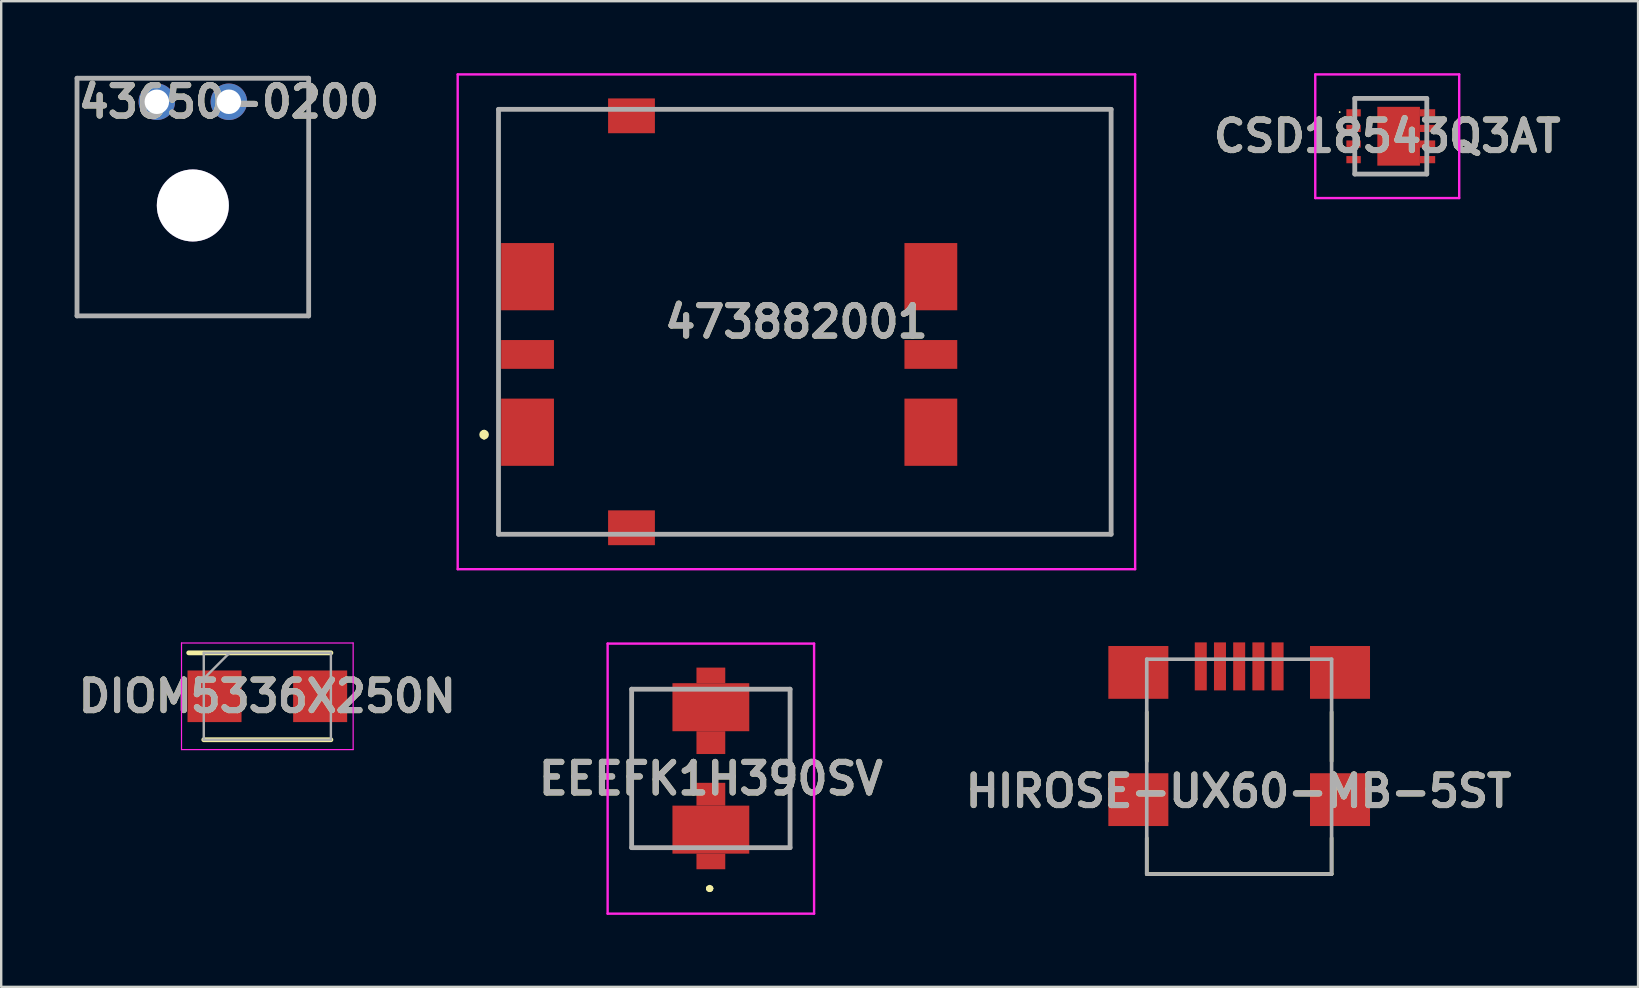
<source format=kicad_pcb>
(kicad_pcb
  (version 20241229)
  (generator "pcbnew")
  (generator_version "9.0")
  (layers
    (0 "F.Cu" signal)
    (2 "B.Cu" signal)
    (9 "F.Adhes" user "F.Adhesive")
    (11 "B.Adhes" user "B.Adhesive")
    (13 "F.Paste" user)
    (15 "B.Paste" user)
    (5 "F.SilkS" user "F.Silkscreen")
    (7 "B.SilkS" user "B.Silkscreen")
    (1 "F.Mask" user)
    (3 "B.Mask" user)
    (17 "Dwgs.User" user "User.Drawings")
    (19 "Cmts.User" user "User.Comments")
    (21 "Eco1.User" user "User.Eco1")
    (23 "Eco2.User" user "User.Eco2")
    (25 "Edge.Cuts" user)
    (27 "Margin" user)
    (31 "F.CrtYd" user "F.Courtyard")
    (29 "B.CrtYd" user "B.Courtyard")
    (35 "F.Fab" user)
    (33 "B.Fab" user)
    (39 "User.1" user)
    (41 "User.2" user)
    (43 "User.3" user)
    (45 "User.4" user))
  (footprint "DIOM5336X250N"
    (layer "F.Cu")
    (at 8.086 25.955)
    (property "Reference" "DIOM5336X250N" (at 0 0 0) (layer "F.SilkS") (effects (font (size 1.27 1.27) (thickness 0.254))))
    (attr smd)
    (fp_line (start -2.648 1.81) (end 2.648 1.81) (stroke (width 0.2) (type solid)) (layer "F.SilkS"))
    (fp_line (start 2.648 -1.81) (end -3.275 -1.81) (stroke (width 0.2) (type solid)) (layer "F.SilkS"))
    (fp_line (start -3.575 -2.22) (end 3.575 -2.22) (stroke (width 0.05) (type solid)) (layer "F.CrtYd"))
    (fp_line (start -3.575 2.22) (end -3.575 -2.22) (stroke (width 0.05) (type solid)) (layer "F.CrtYd"))
    (fp_line (start 3.575 -2.22) (end 3.575 2.22) (stroke (width 0.05) (type solid)) (layer "F.CrtYd"))
    (fp_line (start 3.575 2.22) (end -3.575 2.22) (stroke (width 0.05) (type solid)) (layer "F.CrtYd"))
    (fp_line (start -2.648 -1.81) (end 2.648 -1.81) (stroke (width 0.1) (type solid)) (layer "F.Fab"))
    (fp_line (start -2.648 -0.735) (end -1.572 -1.81) (stroke (width 0.1) (type solid)) (layer "F.Fab"))
    (fp_line (start -2.648 1.81) (end -2.648 -1.81) (stroke (width 0.1) (type solid)) (layer "F.Fab"))
    (fp_line (start 2.648 -1.81) (end 2.648 1.81) (stroke (width 0.1) (type solid)) (layer "F.Fab"))
    (fp_line (start 2.648 1.81) (end -2.648 1.81) (stroke (width 0.1) (type solid)) (layer "F.Fab"))
    (fp_text user "${REFERENCE}" (at 0 0 0) (layer "F.Fab") (effects (font (size 1.27 1.27) (thickness 0.254))))
    (pad "1" smd rect (at -2.2 0 90) (size 2.15 2.25) (layers "F.Cu" "F.Mask" "F.Paste"))
    (pad "2" smd rect (at 2.2 0 90) (size 2.15 2.25) (layers "F.Cu" "F.Mask" "F.Paste")))
  (footprint "HIROSE-UX60-MB-5ST"
    (layer "F.Cu")
    (at 48.57 24.71)
    (property "Reference" "HIROSE-UX60-MB-5ST" (at -0.025 5.2 0) (layer "F.SilkS") (effects (font (size 1.27 1.27) (thickness 0.254))))
    (attr through_hole)
    (fp_line (start -3.85 1.9) (end -3.85 3.95) (stroke (width 0.152) (type solid)) (layer "F.SilkS"))
    (fp_line (start -3.85 7.15) (end -3.85 8.65) (stroke (width 0.152) (type solid)) (layer "F.SilkS"))
    (fp_line (start -3.85 8.65) (end 3.85 8.65) (stroke (width 0.152) (type solid)) (layer "F.SilkS"))
    (fp_line (start 3.85 1.9) (end 3.85 3.95) (stroke (width 0.152) (type solid)) (layer "F.SilkS"))
    (fp_line (start 3.85 8.65) (end 3.85 7.15) (stroke (width 0.152) (type solid)) (layer "F.SilkS"))
    (fp_line (start -3.85 -0.3) (end 3.85 -0.3) (stroke (width 0.152) (type solid)) (layer "F.Fab"))
    (fp_line (start -3.85 8.65) (end -3.85 -0.3) (stroke (width 0.152) (type solid)) (layer "F.Fab"))
    (fp_line (start 3.85 -0.3) (end 3.85 8.65) (stroke (width 0.152) (type solid)) (layer "F.Fab"))
    (fp_line (start 3.85 8.65) (end -3.85 8.65) (stroke (width 0.152) (type solid)) (layer "F.Fab"))
    (fp_text user "${REFERENCE}" (at -0.025 5.2 0) (layer "F.Fab") (effects (font (size 1.27 1.27) (thickness 0.254))))
    (pad "" np_thru_hole circle (at -1.75 2.25) (size 0.001 0.001) (drill 0.9) (layers "*.Cu" "*.Mask"))
    (pad "" np_thru_hole circle (at 1.75 2.25) (size 0.001 0.001) (drill 0.9) (layers "*.Cu" "*.Mask"))
    (pad "1" smd rect (at -1.6 0) (size 0.5 2) (layers "F.Cu" "F.Mask" "F.Paste"))
    (pad "2" smd rect (at -0.8 0) (size 0.5 2) (layers "F.Cu" "F.Mask" "F.Paste"))
    (pad "3" smd rect (at 0 0) (size 0.5 2) (layers "F.Cu" "F.Mask" "F.Paste"))
    (pad "4" smd rect (at 0.8 0) (size 0.5 2) (layers "F.Cu" "F.Mask" "F.Paste"))
    (pad "5" smd rect (at 1.6 0) (size 0.5 2) (layers "F.Cu" "F.Mask" "F.Paste"))
    (pad "6" smd rect (at -4.2 0.25 90) (size 2.2 2.5) (layers "F.Cu" "F.Mask" "F.Paste"))
    (pad "7" smd rect (at 4.2 0.25 90) (size 2.2 2.5) (layers "F.Cu" "F.Mask" "F.Paste"))
    (pad "8" smd rect (at -4.2 5.55 90) (size 2.2 2.5) (layers "F.Cu" "F.Mask" "F.Paste"))
    (pad "9" smd rect (at 4.2 5.55 90) (size 2.2 2.5) (layers "F.Cu" "F.Mask" "F.Paste")))
  (footprint "CSD18543Q3AT"
    (layer "F.Cu")
    (at 54.578 2.625)
    (property "Reference" "CSD18543Q3AT" (at 0.159 0 0) (layer "F.SilkS") (effects (font (size 1.27 1.27) (thickness 0.254))))
    (attr smd)
    (fp_line (start -1.839 -1.006) (end -1.839 -1.006) (stroke (width 0.032) (type solid)) (layer "F.SilkS"))
    (fp_line (start -1.807 -1.006) (end -1.807 -1.006) (stroke (width 0.032) (type solid)) (layer "F.SilkS"))
    (fp_line (start -1.193 -1.575) (end 1.807 -1.575) (stroke (width 0.1) (type solid)) (layer "F.SilkS"))
    (fp_line (start 1.807 1.575) (end -1.193 1.575) (stroke (width 0.1) (type solid)) (layer "F.SilkS"))
    (fp_arc (start -1.839 -1.006) (mid -1.823 -1.022) (end -1.807 -1.006) (stroke (width 0.03231) (type solid)) (layer "F.SilkS"))
    (fp_arc (start -1.807 -1.006) (mid -1.823 -0.99) (end -1.839 -1.006) (stroke (width 0.03231) (type solid)) (layer "F.SilkS"))
    (fp_line (start -2.839 -2.575) (end 3.157 -2.575) (stroke (width 0.1) (type solid)) (layer "F.CrtYd"))
    (fp_line (start -2.839 2.575) (end -2.839 -2.575) (stroke (width 0.1) (type solid)) (layer "F.CrtYd"))
    (fp_line (start 3.157 -2.575) (end 3.157 2.575) (stroke (width 0.1) (type solid)) (layer "F.CrtYd"))
    (fp_line (start 3.157 2.575) (end -2.839 2.575) (stroke (width 0.1) (type solid)) (layer "F.CrtYd"))
    (fp_line (start -1.193 -1.575) (end 1.807 -1.575) (stroke (width 0.2) (type solid)) (layer "F.Fab"))
    (fp_line (start -1.193 1.575) (end -1.193 -1.575) (stroke (width 0.2) (type solid)) (layer "F.Fab"))
    (fp_line (start 1.807 -1.575) (end 1.807 1.575) (stroke (width 0.2) (type solid)) (layer "F.Fab"))
    (fp_line (start 1.807 1.575) (end -1.193 1.575) (stroke (width 0.2) (type solid)) (layer "F.Fab"))
    (fp_text user "${REFERENCE}" (at 0.159 0 0) (layer "F.Fab") (effects (font (size 1.27 1.27) (thickness 0.254))))
    (pad "1" smd rect (at -1.243 -0.975 90) (size 0.3 0.6) (layers "F.Cu" "F.Mask" "F.Paste"))
    (pad "2" smd rect (at -1.243 -0.325 90) (size 0.3 0.6) (layers "F.Cu" "F.Mask" "F.Paste"))
    (pad "3" smd rect (at -1.243 0.325 90) (size 0.3 0.6) (layers "F.Cu" "F.Mask" "F.Paste"))
    (pad "4" smd rect (at -1.243 0.975 90) (size 0.3 0.6) (layers "F.Cu" "F.Mask" "F.Paste"))
    (pad "5" smd rect (at 1.839 0.975 90) (size 0.3 0.635) (layers "F.Cu" "F.Mask" "F.Paste"))
    (pad "6" smd rect (at 1.839 0.325 90) (size 0.3 0.635) (layers "F.Cu" "F.Mask" "F.Paste"))
    (pad "7" smd rect (at 1.839 -0.325 90) (size 0.3 0.635) (layers "F.Cu" "F.Mask" "F.Paste"))
    (pad "8" smd rect (at 1.839 -0.975 90) (size 0.3 0.635) (layers "F.Cu" "F.Mask" "F.Paste"))
    (pad "9" smd rect (at 0.634 0) (size 1.775 2.45) (layers "F.Cu" "F.Mask" "F.Paste")))
  (footprint "473882001"
    (layer "F.Cu")
    (at 30.126 10.355)
    (property "Reference" "473882001" (at 0 0 0) (layer "F.SilkS") (effects (font (size 1.27 1.27) (thickness 0.254))))
    (attr smd)
    (fp_line (start -13.01 4.6) (end -13.01 4.6) (stroke (width 0.2) (type solid)) (layer "F.SilkS"))
    (fp_line (start -13.01 4.8) (end -13.01 4.8) (stroke (width 0.2) (type solid)) (layer "F.SilkS"))
    (fp_line (start -12.41 -8.85) (end -12.41 -4) (stroke (width 0.1) (type solid)) (layer "F.SilkS"))
    (fp_line (start -12.41 -4) (end -12.41 7) (stroke (width 0.1) (type solid)) (layer "F.SilkS"))
    (fp_line (start -12.41 7) (end -12.41 8.85) (stroke (width 0.1) (type solid)) (layer "F.SilkS"))
    (fp_line (start -12.41 8.85) (end -8.41 8.85) (stroke (width 0.1) (type solid)) (layer "F.SilkS"))
    (fp_line (start -8.41 -8.85) (end -12.41 -8.85) (stroke (width 0.1) (type solid)) (layer "F.SilkS"))
    (fp_line (start -5.41 8.85) (end 13.11 8.85) (stroke (width 0.1) (type solid)) (layer "F.SilkS"))
    (fp_line (start 13.11 -8.85) (end -5.41 -8.85) (stroke (width 0.1) (type solid)) (layer "F.SilkS"))
    (fp_line (start 13.11 8.85) (end 13.11 -8.85) (stroke (width 0.1) (type solid)) (layer "F.SilkS"))
    (fp_arc (start -13.01 4.6) (mid -12.91 4.7) (end -13.01 4.8) (stroke (width 0.2) (type solid)) (layer "F.SilkS"))
    (fp_arc (start -13.01 4.8) (mid -13.11 4.7) (end -13.01 4.6) (stroke (width 0.2) (type solid)) (layer "F.SilkS"))
    (fp_line (start -14.11 -10.305) (end 14.11 -10.305) (stroke (width 0.1) (type solid)) (layer "F.CrtYd"))
    (fp_line (start -14.11 10.305) (end -14.11 -10.305) (stroke (width 0.1) (type solid)) (layer "F.CrtYd"))
    (fp_line (start 14.11 -10.305) (end 14.11 10.305) (stroke (width 0.1) (type solid)) (layer "F.CrtYd"))
    (fp_line (start 14.11 10.305) (end -14.11 10.305) (stroke (width 0.1) (type solid)) (layer "F.CrtYd"))
    (fp_line (start -12.41 -8.85) (end 13.11 -8.85) (stroke (width 0.2) (type solid)) (layer "F.Fab"))
    (fp_line (start -12.41 8.85) (end -12.41 -8.85) (stroke (width 0.2) (type solid)) (layer "F.Fab"))
    (fp_line (start 13.11 -8.85) (end 13.11 8.85) (stroke (width 0.2) (type solid)) (layer "F.Fab"))
    (fp_line (start 13.11 8.85) (end -12.41 8.85) (stroke (width 0.2) (type solid)) (layer "F.Fab"))
    (fp_text user "${REFERENCE}" (at 0 0 0) (layer "F.Fab") (effects (font (size 1.27 1.27) (thickness 0.254))))
    (pad "1" smd rect (at -11.2 4.6) (size 2.2 2.8) (layers "F.Cu" "F.Mask" "F.Paste"))
    (pad "2" smd rect (at -11.2 1.36 90) (size 1.2 2.2) (layers "F.Cu" "F.Mask" "F.Paste"))
    (pad "3" smd rect (at -11.2 -1.88) (size 2.2 2.8) (layers "F.Cu" "F.Mask" "F.Paste"))
    (pad "4" smd rect (at 5.6 4.6) (size 2.2 2.8) (layers "F.Cu" "F.Mask" "F.Paste"))
    (pad "5" smd rect (at 5.6 1.36 90) (size 1.2 2.2) (layers "F.Cu" "F.Mask" "F.Paste"))
    (pad "6" smd rect (at 5.6 -1.88) (size 2.2 2.8) (layers "F.Cu" "F.Mask" "F.Paste"))
    (pad "7" smd rect (at -6.87 -8.58 90) (size 1.45 1.95) (layers "F.Cu" "F.Mask" "F.Paste"))
    (pad "8" smd rect (at -6.87 8.58 90) (size 1.45 1.95) (layers "F.Cu" "F.Mask" "F.Paste")))
  (footprint "EEEFK1H390SV"
    (layer "F.Cu")
    (at 26.562 28.96)
    (property "Reference" "EEEFK1H390SV" (at 0 0.425 0) (layer "F.SilkS") (effects (font (size 1.27 1.27) (thickness 0.254))))
    (attr smd)
    (fp_line (start -3.3 -3.3) (end -3.3 -3.3) (stroke (width 0.1) (type solid)) (layer "F.SilkS"))
    (fp_line (start -3.3 -3.3) (end -3.3 -3.3) (stroke (width 0.1) (type solid)) (layer "F.SilkS"))
    (fp_line (start -3.3 -3.3) (end -3.3 3.3) (stroke (width 0.1) (type solid)) (layer "F.SilkS"))
    (fp_line (start -3.3 -3.3) (end -2.54 -3.3) (stroke (width 0.1) (type solid)) (layer "F.SilkS"))
    (fp_line (start -3.3 3.3) (end -3.3 -3.3) (stroke (width 0.1) (type solid)) (layer "F.SilkS"))
    (fp_line (start -3.3 3.3) (end -3.3 3.3) (stroke (width 0.1) (type solid)) (layer "F.SilkS"))
    (fp_line (start -3.3 3.3) (end -3.3 3.3) (stroke (width 0.1) (type solid)) (layer "F.SilkS"))
    (fp_line (start -3.3 3.3) (end -2.54 3.3) (stroke (width 0.1) (type solid)) (layer "F.SilkS"))
    (fp_line (start -2.54 -3.3) (end -3.3 -3.3) (stroke (width 0.1) (type solid)) (layer "F.SilkS"))
    (fp_line (start -2.54 -3.3) (end -2.54 -3.3) (stroke (width 0.1) (type solid)) (layer "F.SilkS"))
    (fp_line (start -2.54 3.3) (end -3.3 3.3) (stroke (width 0.1) (type solid)) (layer "F.SilkS"))
    (fp_line (start -2.54 3.3) (end -2.54 3.3) (stroke (width 0.1) (type solid)) (layer "F.SilkS"))
    (fp_line (start -0.1 5) (end -0.1 5) (stroke (width 0.2) (type solid)) (layer "F.SilkS"))
    (fp_line (start -0.1 5) (end -0.1 5) (stroke (width 0.2) (type solid)) (layer "F.SilkS"))
    (fp_line (start 0 5) (end 0 5) (stroke (width 0.2) (type solid)) (layer "F.SilkS"))
    (fp_line (start 2.54 -3.3) (end 2.54 -3.3) (stroke (width 0.1) (type solid)) (layer "F.SilkS"))
    (fp_line (start 2.54 -3.3) (end 3.3 -3.3) (stroke (width 0.1) (type solid)) (layer "F.SilkS"))
    (fp_line (start 2.54 3.3) (end 2.54 3.3) (stroke (width 0.1) (type solid)) (layer "F.SilkS"))
    (fp_line (start 2.54 3.3) (end 3.3 3.3) (stroke (width 0.1) (type solid)) (layer "F.SilkS"))
    (fp_line (start 3.3 -3.3) (end 2.54 -3.3) (stroke (width 0.1) (type solid)) (layer "F.SilkS"))
    (fp_line (start 3.3 -3.3) (end 3.3 -3.3) (stroke (width 0.1) (type solid)) (layer "F.SilkS"))
    (fp_line (start 3.3 -3.3) (end 3.3 -3.3) (stroke (width 0.1) (type solid)) (layer "F.SilkS"))
    (fp_line (start 3.3 -3.3) (end 3.3 3.3) (stroke (width 0.1) (type solid)) (layer "F.SilkS"))
    (fp_line (start 3.3 3.3) (end 2.54 3.3) (stroke (width 0.1) (type solid)) (layer "F.SilkS"))
    (fp_line (start 3.3 3.3) (end 3.3 -3.3) (stroke (width 0.1) (type solid)) (layer "F.SilkS"))
    (fp_line (start 3.3 3.3) (end 3.3 3.3) (stroke (width 0.1) (type solid)) (layer "F.SilkS"))
    (fp_line (start 3.3 3.3) (end 3.3 3.3) (stroke (width 0.1) (type solid)) (layer "F.SilkS"))
    (fp_arc (start -0.1 5) (mid -0.05 4.95) (end 0 5) (stroke (width 0.2) (type solid)) (layer "F.SilkS"))
    (fp_arc (start 0 5) (mid -0.05 5.05) (end -0.1 5) (stroke (width 0.2) (type solid)) (layer "F.SilkS"))
    (fp_arc (start 0 5) (mid -0.05 5.05) (end -0.1 5) (stroke (width 0.2) (type solid)) (layer "F.SilkS"))
    (fp_line (start -4.3 -5.2) (end 4.3 -5.2) (stroke (width 0.1) (type solid)) (layer "F.CrtYd"))
    (fp_line (start -4.3 6.05) (end -4.3 -5.2) (stroke (width 0.1) (type solid)) (layer "F.CrtYd"))
    (fp_line (start 4.3 -5.2) (end 4.3 6.05) (stroke (width 0.1) (type solid)) (layer "F.CrtYd"))
    (fp_line (start 4.3 6.05) (end -4.3 6.05) (stroke (width 0.1) (type solid)) (layer "F.CrtYd"))
    (fp_line (start -3.3 -3.3) (end -3.3 3.3) (stroke (width 0.2) (type solid)) (layer "F.Fab"))
    (fp_line (start -3.3 3.3) (end 3.3 3.3) (stroke (width 0.2) (type solid)) (layer "F.Fab"))
    (fp_line (start 3.3 -3.3) (end -3.3 -3.3) (stroke (width 0.2) (type solid)) (layer "F.Fab"))
    (fp_line (start 3.3 3.3) (end 3.3 -3.3) (stroke (width 0.2) (type solid)) (layer "F.Fab"))
    (fp_text user "${REFERENCE}" (at 0 0.425 0) (layer "F.Fab") (effects (font (size 1.27 1.27) (thickness 0.254))))
    (pad "1" smd rect (at 0 2.55 90) (size 2 3.2) (layers "F.Cu" "F.Mask" "F.Paste"))
    (pad "2" smd rect (at 0 -2.55 90) (size 2 3.2) (layers "F.Cu" "F.Mask" "F.Paste"))
    (pad "3" smd rect (at 0 3.875 90) (size 0.65 1.2) (layers "F.Cu" "F.Mask" "F.Paste"))
    (pad "4" smd rect (at 0 1.075 90) (size 0.95 1.2) (layers "F.Cu" "F.Mask" "F.Paste"))
    (pad "5" smd rect (at 0 -1.075 90) (size 0.95 1.2) (layers "F.Cu" "F.Mask" "F.Paste"))
    (pad "6" smd rect (at 0 -3.875 90) (size 0.65 1.2) (layers "F.Cu" "F.Mask" "F.Paste")))
  (footprint "43650-0200"
    (layer "F.Cu")
    (at 6.483 1.189)
    (property "Reference" "43650-0200" (at 0 0 0) (layer "F.SilkS") (effects (font (size 1.27 1.27) (thickness 0.254))))
    (attr through_hole)
    (fp_line (start -6.325 -0.98) (end 3.325 -0.98) (stroke (width 0.1) (type solid)) (layer "F.SilkS"))
    (fp_line (start -6.325 8.92) (end -6.325 -0.98) (stroke (width 0.1) (type solid)) (layer "F.SilkS"))
    (fp_line (start 3.325 -0.98) (end 3.325 8.92) (stroke (width 0.1) (type solid)) (layer "F.SilkS"))
    (fp_line (start 3.325 8.92) (end -6.325 8.92) (stroke (width 0.1) (type solid)) (layer "F.SilkS"))
    (fp_line (start -6.325 -0.98) (end -6.325 8.92) (stroke (width 0.2) (type solid)) (layer "F.Fab"))
    (fp_line (start -6.325 8.92) (end 3.325 8.92) (stroke (width 0.2) (type solid)) (layer "F.Fab"))
    (fp_line (start 3.325 -0.98) (end -6.325 -0.98) (stroke (width 0.2) (type solid)) (layer "F.Fab"))
    (fp_line (start 3.325 8.92) (end 3.325 -0.98) (stroke (width 0.2) (type solid)) (layer "F.Fab"))
    (fp_text user "${REFERENCE}" (at 0 0 0) (layer "F.Fab") (effects (font (size 1.27 1.27) (thickness 0.254))))
    (pad "1" thru_hole circle (at 0 0) (size 1.52 1.52) (drill 1.02) (layers "*.Cu" "*.Mask"))
    (pad "2" thru_hole circle (at -3 0) (size 1.52 1.52) (drill 1.02) (layers "*.Cu" "*.Mask"))
    (pad "3" thru_hole circle (at -1.5 4.32) (size 3 3) (drill 3) (layers "*.Cu" "*.Mask")))
  (gr_rect
    (start -3 -3)
    (end 65.187 38.06)
    (stroke (width 0.1) (type default))
    (fill no)
    (layer "Edge.Cuts")))
</source>
